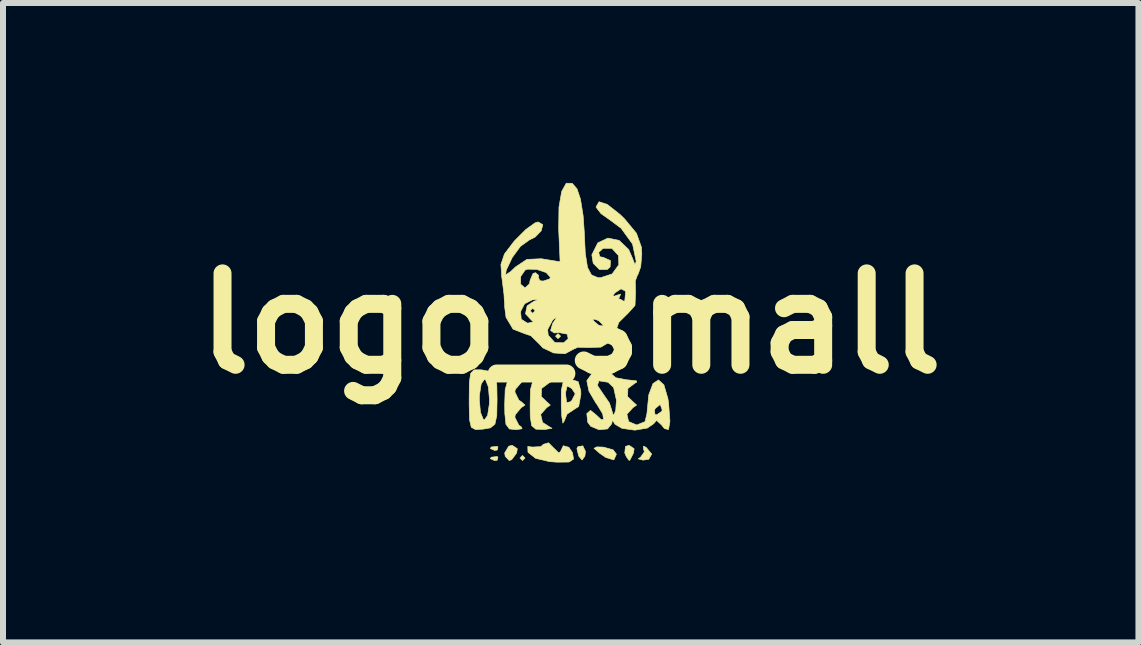
<source format=kicad_pcb>
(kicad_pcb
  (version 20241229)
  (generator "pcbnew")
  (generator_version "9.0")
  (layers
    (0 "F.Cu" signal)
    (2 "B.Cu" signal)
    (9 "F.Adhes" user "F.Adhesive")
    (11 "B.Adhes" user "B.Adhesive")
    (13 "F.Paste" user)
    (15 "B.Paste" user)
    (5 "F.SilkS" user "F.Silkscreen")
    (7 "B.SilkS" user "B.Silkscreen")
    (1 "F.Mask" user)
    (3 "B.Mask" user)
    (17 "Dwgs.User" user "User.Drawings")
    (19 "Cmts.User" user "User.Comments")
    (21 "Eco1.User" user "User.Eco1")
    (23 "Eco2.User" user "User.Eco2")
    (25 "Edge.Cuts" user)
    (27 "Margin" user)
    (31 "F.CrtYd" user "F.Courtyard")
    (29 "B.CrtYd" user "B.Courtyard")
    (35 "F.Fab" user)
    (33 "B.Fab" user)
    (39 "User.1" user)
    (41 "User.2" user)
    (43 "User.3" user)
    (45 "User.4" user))
  (footprint "logo_small"
    (layer "F.Cu")
    (at 6.466 2.343)
    (property "Reference" "logo_small" (at 0 0 0) (layer "F.SilkS") (effects (font (size 1.524 1.524) (thickness 0.3))))
    (attr through_hole)
    (fp_poly (pts (xy -0.762 2.244) (xy -0.804 2.286) (xy -0.847 2.244) (xy -0.804 2.201) (xy -0.762 2.244)) (stroke (width 0.01) (type solid)) (fill yes) (layer "F.SilkS"))
    (fp_poly (pts (xy -0.169 0.212) (xy -0.212 0.254) (xy -0.254 0.212) (xy -0.212 0.169) (xy -0.169 0.212)) (stroke (width 0.01) (type solid)) (fill yes) (layer "F.SilkS"))
    (fp_poly (pts (xy -1.214 2.06) (xy -1.225 2.111) (xy -1.27 2.117) (xy -1.34 2.086) (xy -1.326 2.06) (xy -1.226 2.05) (xy -1.214 2.06)) (stroke (width 0.01) (type solid)) (fill yes) (layer "F.SilkS"))
    (fp_poly (pts (xy -1.214 2.23) (xy -1.225 2.28) (xy -1.27 2.286) (xy -1.34 2.255) (xy -1.326 2.23) (xy -1.226 2.219) (xy -1.214 2.23)) (stroke (width 0.01) (type solid)) (fill yes) (layer "F.SilkS"))
    (fp_poly (pts (xy 0.246 2.134) (xy 0.236 2.213) (xy 0.189 2.277) (xy 0.134 2.213) (xy 0.103 2.088) (xy 0.119 2.055) (xy 0.202 2.041) (xy 0.246 2.134)) (stroke (width 0.01) (type solid)) (fill yes) (layer "F.SilkS"))
    (fp_poly (pts (xy -0.891 2.088) (xy -0.901 2.159) (xy -0.984 2.271) (xy -1.025 2.286) (xy -1.092 2.217) (xy -1.101 2.159) (xy -1.034 2.047) (xy -0.976 2.032) (xy -0.891 2.088)) (stroke (width 0.01) (type solid)) (fill yes) (layer "F.SilkS"))
    (fp_poly (pts (xy 0.546 2.062) (xy 0.707 2.107) (xy 0.762 2.18) (xy 0.719 2.275) (xy 0.584 2.235) (xy 0.483 2.165) (xy 0.388 2.082) (xy 0.435 2.058) (xy 0.546 2.062)) (stroke (width 0.01) (type solid)) (fill yes) (layer "F.SilkS"))
    (fp_poly (pts (xy 1.057 2.089) (xy 1.047 2.159) (xy 0.991 2.27) (xy 0.974 2.286) (xy 0.927 2.22) (xy 0.901 2.159) (xy 0.913 2.05) (xy 0.974 2.032) (xy 1.057 2.089)) (stroke (width 0.01) (type solid)) (fill yes) (layer "F.SilkS"))
    (fp_poly (pts (xy 1.257 2.066) (xy 1.35 2.178) (xy 1.302 2.264) (xy 1.206 2.279) (xy 1.126 2.258) (xy 1.165 2.23) (xy 1.229 2.14) (xy 1.215 2.096) (xy 1.212 2.046) (xy 1.257 2.066)) (stroke (width 0.01) (type solid)) (fill yes) (layer "F.SilkS"))
    (fp_poly (pts (xy -0.283 2.078) (xy -0.198 2.16) (xy -0.169 2.133) (xy -0.124 2.039) (xy -0.031 2.065) (xy 0.03 2.156) (xy 0.047 2.262) (xy -0.029 2.311) (xy -0.228 2.313) (xy -0.353 2.304) (xy -0.586 2.249) (xy -0.711 2.15) (xy -0.713 2.145) (xy -0.716 2.051) (xy -0.639 2.061) (xy -0.498 2.054) (xy -0.455 2.015) (xy -0.37 1.99) (xy -0.283 2.078)) (stroke (width 0.01) (type solid)) (fill yes) (layer "F.SilkS"))
    (fp_poly (pts (xy -0.803 0.958) (xy -0.826 0.987) (xy -0.924 1.099) (xy -0.931 1.143) (xy -0.865 1.279) (xy -0.826 1.305) (xy -0.763 1.361) (xy -0.826 1.404) (xy -0.924 1.521) (xy -0.931 1.566) (xy -0.864 1.698) (xy -0.826 1.722) (xy -0.811 1.756) (xy -0.91 1.771) (xy -1.023 1.759) (xy -1.08 1.682) (xy -1.099 1.5) (xy -1.101 1.355) (xy -1.093 1.103) (xy -1.058 0.979) (xy -0.976 0.939) (xy -0.91 0.938) (xy -0.803 0.958)) (stroke (width 0.01) (type solid)) (fill yes) (layer "F.SilkS"))
    (fp_poly (pts (xy -0.316 0.958) (xy -0.348 0.986) (xy -0.36 0.99) (xy -0.486 1.084) (xy -0.492 1.219) (xy -0.402 1.305) (xy -0.34 1.361) (xy -0.402 1.404) (xy -0.501 1.517) (xy -0.47 1.65) (xy -0.36 1.72) (xy -0.312 1.749) (xy -0.426 1.767) (xy -0.445 1.768) (xy -0.582 1.763) (xy -0.651 1.705) (xy -0.675 1.552) (xy -0.677 1.355) (xy -0.671 1.104) (xy -0.638 0.981) (xy -0.553 0.941) (xy -0.445 0.941) (xy -0.316 0.958)) (stroke (width 0.01) (type solid)) (fill yes) (layer "F.SilkS"))
    (fp_poly (pts (xy 0.124 0.971) (xy 0.168 1.12) (xy 0.169 1.185) (xy 0.133 1.384) (xy 0.048 1.439) (xy -0.06 1.511) (xy -0.11 1.63) (xy -0.131 1.662) (xy -0.149 1.55) (xy -0.158 1.376) (xy -0.157 1.185) (xy -0.085 1.185) (xy -0.068 1.32) (xy -0.004 1.306) (xy 0.017 1.287) (xy 0.075 1.172) (xy 0.017 1.084) (xy -0.059 1.042) (xy -0.084 1.145) (xy -0.085 1.185) (xy -0.157 1.185) (xy -0.157 1.115) (xy -0.127 0.982) (xy -0.054 0.935) (xy 0 0.931) (xy 0.124 0.971)) (stroke (width 0.01) (type solid)) (fill yes) (layer "F.SilkS"))
    (fp_poly (pts (xy -1.46 0.778) (xy -1.327 0.804) (xy -1.258 0.873) (xy -1.232 1.029) (xy -1.228 1.27) (xy -1.233 1.537) (xy -1.264 1.68) (xy -1.34 1.741) (xy -1.46 1.762) (xy -1.588 1.77) (xy -1.658 1.731) (xy -1.687 1.607) (xy -1.693 1.361) (xy -1.693 1.27) (xy -1.524 1.27) (xy -1.505 1.482) (xy -1.458 1.6) (xy -1.439 1.609) (xy -1.386 1.534) (xy -1.357 1.346) (xy -1.355 1.27) (xy -1.373 1.058) (xy -1.42 0.94) (xy -1.439 0.931) (xy -1.492 1.006) (xy -1.522 1.194) (xy -1.524 1.27) (xy -1.693 1.27) (xy -1.69 0.985) (xy -1.669 0.833) (xy -1.612 0.774) (xy -1.501 0.773) (xy -1.46 0.778)) (stroke (width 0.01) (type solid)) (fill yes) (layer "F.SilkS"))
    (fp_poly (pts (xy 0.677 0.839) (xy 0.677 0.841) (xy 0.751 0.905) (xy 0.932 0.94) (xy 0.953 0.941) (xy 1.096 0.957) (xy 1.099 0.983) (xy 1.079 0.99) (xy 0.953 1.084) (xy 0.948 1.219) (xy 1.037 1.305) (xy 1.099 1.361) (xy 1.037 1.404) (xy 0.937 1.514) (xy 0.965 1.636) (xy 1.101 1.693) (xy 1.239 1.637) (xy 1.271 1.503) (xy 1.277 1.439) (xy 1.397 1.439) (xy 1.404 1.517) (xy 1.434 1.524) (xy 1.521 1.463) (xy 1.524 1.439) (xy 1.495 1.357) (xy 1.487 1.355) (xy 1.414 1.414) (xy 1.397 1.439) (xy 1.277 1.439) (xy 1.301 1.192) (xy 1.372 1.002) (xy 1.463 0.942) (xy 1.553 1.023) (xy 1.621 1.254) (xy 1.632 1.333) (xy 1.654 1.631) (xy 1.631 1.77) (xy 1.563 1.753) (xy 1.513 1.691) (xy 1.431 1.616) (xy 1.383 1.672) (xy 1.278 1.744) (xy 1.078 1.778) (xy 1.058 1.778) (xy 0.854 1.749) (xy 0.737 1.68) (xy 0.733 1.672) (xy 0.695 1.61) (xy 0.684 1.672) (xy 0.614 1.759) (xy 0.471 1.772) (xy 0.333 1.714) (xy 0.283 1.647) (xy 0.268 1.503) (xy 0.33 1.449) (xy 0.423 1.524) (xy 0.51 1.605) (xy 0.547 1.598) (xy 0.533 1.507) (xy 0.436 1.348) (xy 0.418 1.325) (xy 0.304 1.129) (xy 0.284 1.033) (xy 0.445 1.033) (xy 0.537 1.17) (xy 0.646 1.328) (xy 0.677 1.425) (xy 0.706 1.519) (xy 0.72 1.524) (xy 0.75 1.45) (xy 0.762 1.279) (xy 0.715 1.068) (xy 0.623 0.981) (xy 0.47 0.957) (xy 0.445 1.033) (xy 0.284 1.033) (xy 0.269 0.959) (xy 0.27 0.952) (xy 0.346 0.847) (xy 0.484 0.781) (xy 0.617 0.772) (xy 0.677 0.839)) (stroke (width 0.01) (type solid)) (fill yes) (layer "F.SilkS"))
    (fp_poly (pts (xy 0.025 -2.337) (xy 0.105 -2.244) (xy 0.163 -2.071) (xy 0.207 -1.795) (xy 0.225 -1.54) (xy 0.243 -1.167) (xy 0.28 -0.933) (xy 0.346 -0.809) (xy 0.452 -0.764) (xy 0.495 -0.762) (xy 0.69 -0.825) (xy 0.802 -0.978) (xy 0.797 -1.132) (xy 0.686 -1.252) (xy 0.54 -1.252) (xy 0.466 -1.185) (xy 0.485 -1.113) (xy 0.545 -1.101) (xy 0.663 -1.048) (xy 0.657 -0.943) (xy 0.61 -0.9) (xy 0.48 -0.898) (xy 0.375 -1.003) (xy 0.352 -1.144) (xy 0.452 -1.344) (xy 0.62 -1.423) (xy 0.807 -1.385) (xy 0.966 -1.233) (xy 1.027 -1.093) (xy 1.071 -0.982) (xy 1.092 -1.032) (xy 1.092 -1.033) (xy 1.031 -1.324) (xy 0.839 -1.588) (xy 0.673 -1.712) (xy 0.504 -1.832) (xy 0.424 -1.936) (xy 0.423 -1.943) (xy 0.472 -2.029) (xy 0.609 -1.985) (xy 0.821 -1.818) (xy 0.897 -1.744) (xy 1.096 -1.504) (xy 1.178 -1.274) (xy 1.185 -1.156) (xy 1.167 -0.945) (xy 1.123 -0.82) (xy 1.115 -0.813) (xy 1.076 -0.707) (xy 1.081 -0.518) (xy 1.072 -0.3) (xy 0.947 -0.16) (xy 0.94 -0.155) (xy 0.802 -0.018) (xy 0.762 0.095) (xy 0.689 0.283) (xy 0.504 0.395) (xy 0.295 0.402) (xy 0.118 0.397) (xy 0.035 0.435) (xy -0.094 0.505) (xy -0.286 0.492) (xy -0.465 0.407) (xy -0.528 0.339) (xy -0.665 0.205) (xy -0.772 0.169) (xy -0.943 0.102) (xy -0.385 0.102) (xy -0.375 0.197) (xy -0.264 0.319) (xy -0.118 0.322) (xy -0.042 0.254) (xy -0.059 0.178) (xy -0.198 0.152) (xy -0.275 0.159) (xy -0.336 0.118) (xy -0.3 -0.003) (xy -0.282 -0.028) (xy 0.179 -0.028) (xy 0.214 0.133) (xy 0.275 0.192) (xy 0.439 0.202) (xy 0.555 0.138) (xy 0.57 0.058) (xy 0.47 -0.043) (xy 0.418 -0.065) (xy 0.345 -0.074) (xy 0.414 -0.014) (xy 0.423 -0.008) (xy 0.504 0.064) (xy 0.432 0.083) (xy 0.408 0.083) (xy 0.269 0.014) (xy 0.228 -0.064) (xy 0.197 -0.144) (xy 0.181 -0.063) (xy 0.179 -0.028) (xy -0.282 -0.028) (xy -0.254 -0.068) (xy -0.236 -0.106) (xy -0.3 -0.058) (xy -0.385 0.102) (xy -0.943 0.102) (xy -0.962 0.094) (xy -1.079 -0.102) (xy -1.091 -0.199) (xy -0.836 -0.199) (xy -0.825 -0.071) (xy -0.726 -0.007) (xy -0.704 -0.007) (xy -0.621 -0.028) (xy -0.656 -0.056) (xy -0.754 -0.161) (xy -0.744 -0.212) (xy -0.677 -0.212) (xy -0.635 -0.169) (xy -0.593 -0.212) (xy -0.635 -0.254) (xy -0.677 -0.212) (xy -0.744 -0.212) (xy -0.727 -0.293) (xy -0.614 -0.37) (xy -0.531 -0.4) (xy -0.612 -0.399) (xy -0.635 -0.396) (xy -0.769 -0.328) (xy -0.836 -0.199) (xy -1.091 -0.199) (xy -1.1 -0.263) (xy -1.108 -0.402) (xy 0.454 -0.402) (xy 0.46 -0.348) (xy 0.594 -0.263) (xy 0.77 -0.273) (xy 0.896 -0.37) (xy 0.902 -0.385) (xy 0.916 -0.536) (xy 0.838 -0.577) (xy 0.739 -0.511) (xy 0.679 -0.435) (xy 0.747 -0.462) (xy 0.754 -0.466) (xy 0.832 -0.489) (xy 0.81 -0.433) (xy 0.687 -0.372) (xy 0.575 -0.387) (xy 0.454 -0.402) (xy -1.108 -0.402) (xy -1.113 -0.488) (xy -1.134 -0.654) (xy -0.835 -0.654) (xy -0.762 -0.593) (xy -0.762 -0.593) (xy -0.687 -0.661) (xy -0.677 -0.72) (xy -0.629 -0.832) (xy -0.588 -0.847) (xy -0.532 -0.799) (xy -0.542 -0.776) (xy -0.516 -0.714) (xy -0.462 -0.706) (xy -0.352 -0.742) (xy -0.339 -0.77) (xy -0.409 -0.848) (xy -0.565 -0.901) (xy -0.721 -0.905) (xy -0.761 -0.889) (xy -0.835 -0.782) (xy -0.835 -0.654) (xy -1.134 -0.654) (xy -1.147 -0.757) (xy -1.15 -0.771) (xy -1.164 -0.984) (xy -1.105 -1.158) (xy -0.946 -1.367) (xy -0.93 -1.385) (xy -0.749 -1.566) (xy -0.595 -1.677) (xy -0.544 -1.693) (xy -0.466 -1.647) (xy -0.492 -1.544) (xy -0.596 -1.438) (xy -0.686 -1.394) (xy -0.838 -1.286) (xy -0.975 -1.099) (xy -1.076 -0.886) (xy -1.085 -0.81) (xy -1.001 -0.865) (xy -0.922 -0.941) (xy -0.731 -1.068) (xy -0.492 -1.079) (xy -0.46 -1.074) (xy -0.177 -1.028) (xy -0.201 -1.576) (xy -0.196 -1.94) (xy -0.151 -2.2) (xy -0.075 -2.338) (xy 0.025 -2.337)) (stroke (width 0.01) (type solid)) (fill yes) (layer "F.SilkS")))
  (gr_rect
    (start -3 -3)
    (end 15.932 7.661)
    (stroke (width 0.1) (type default))
    (fill no)
    (layer "Edge.Cuts")))
</source>
